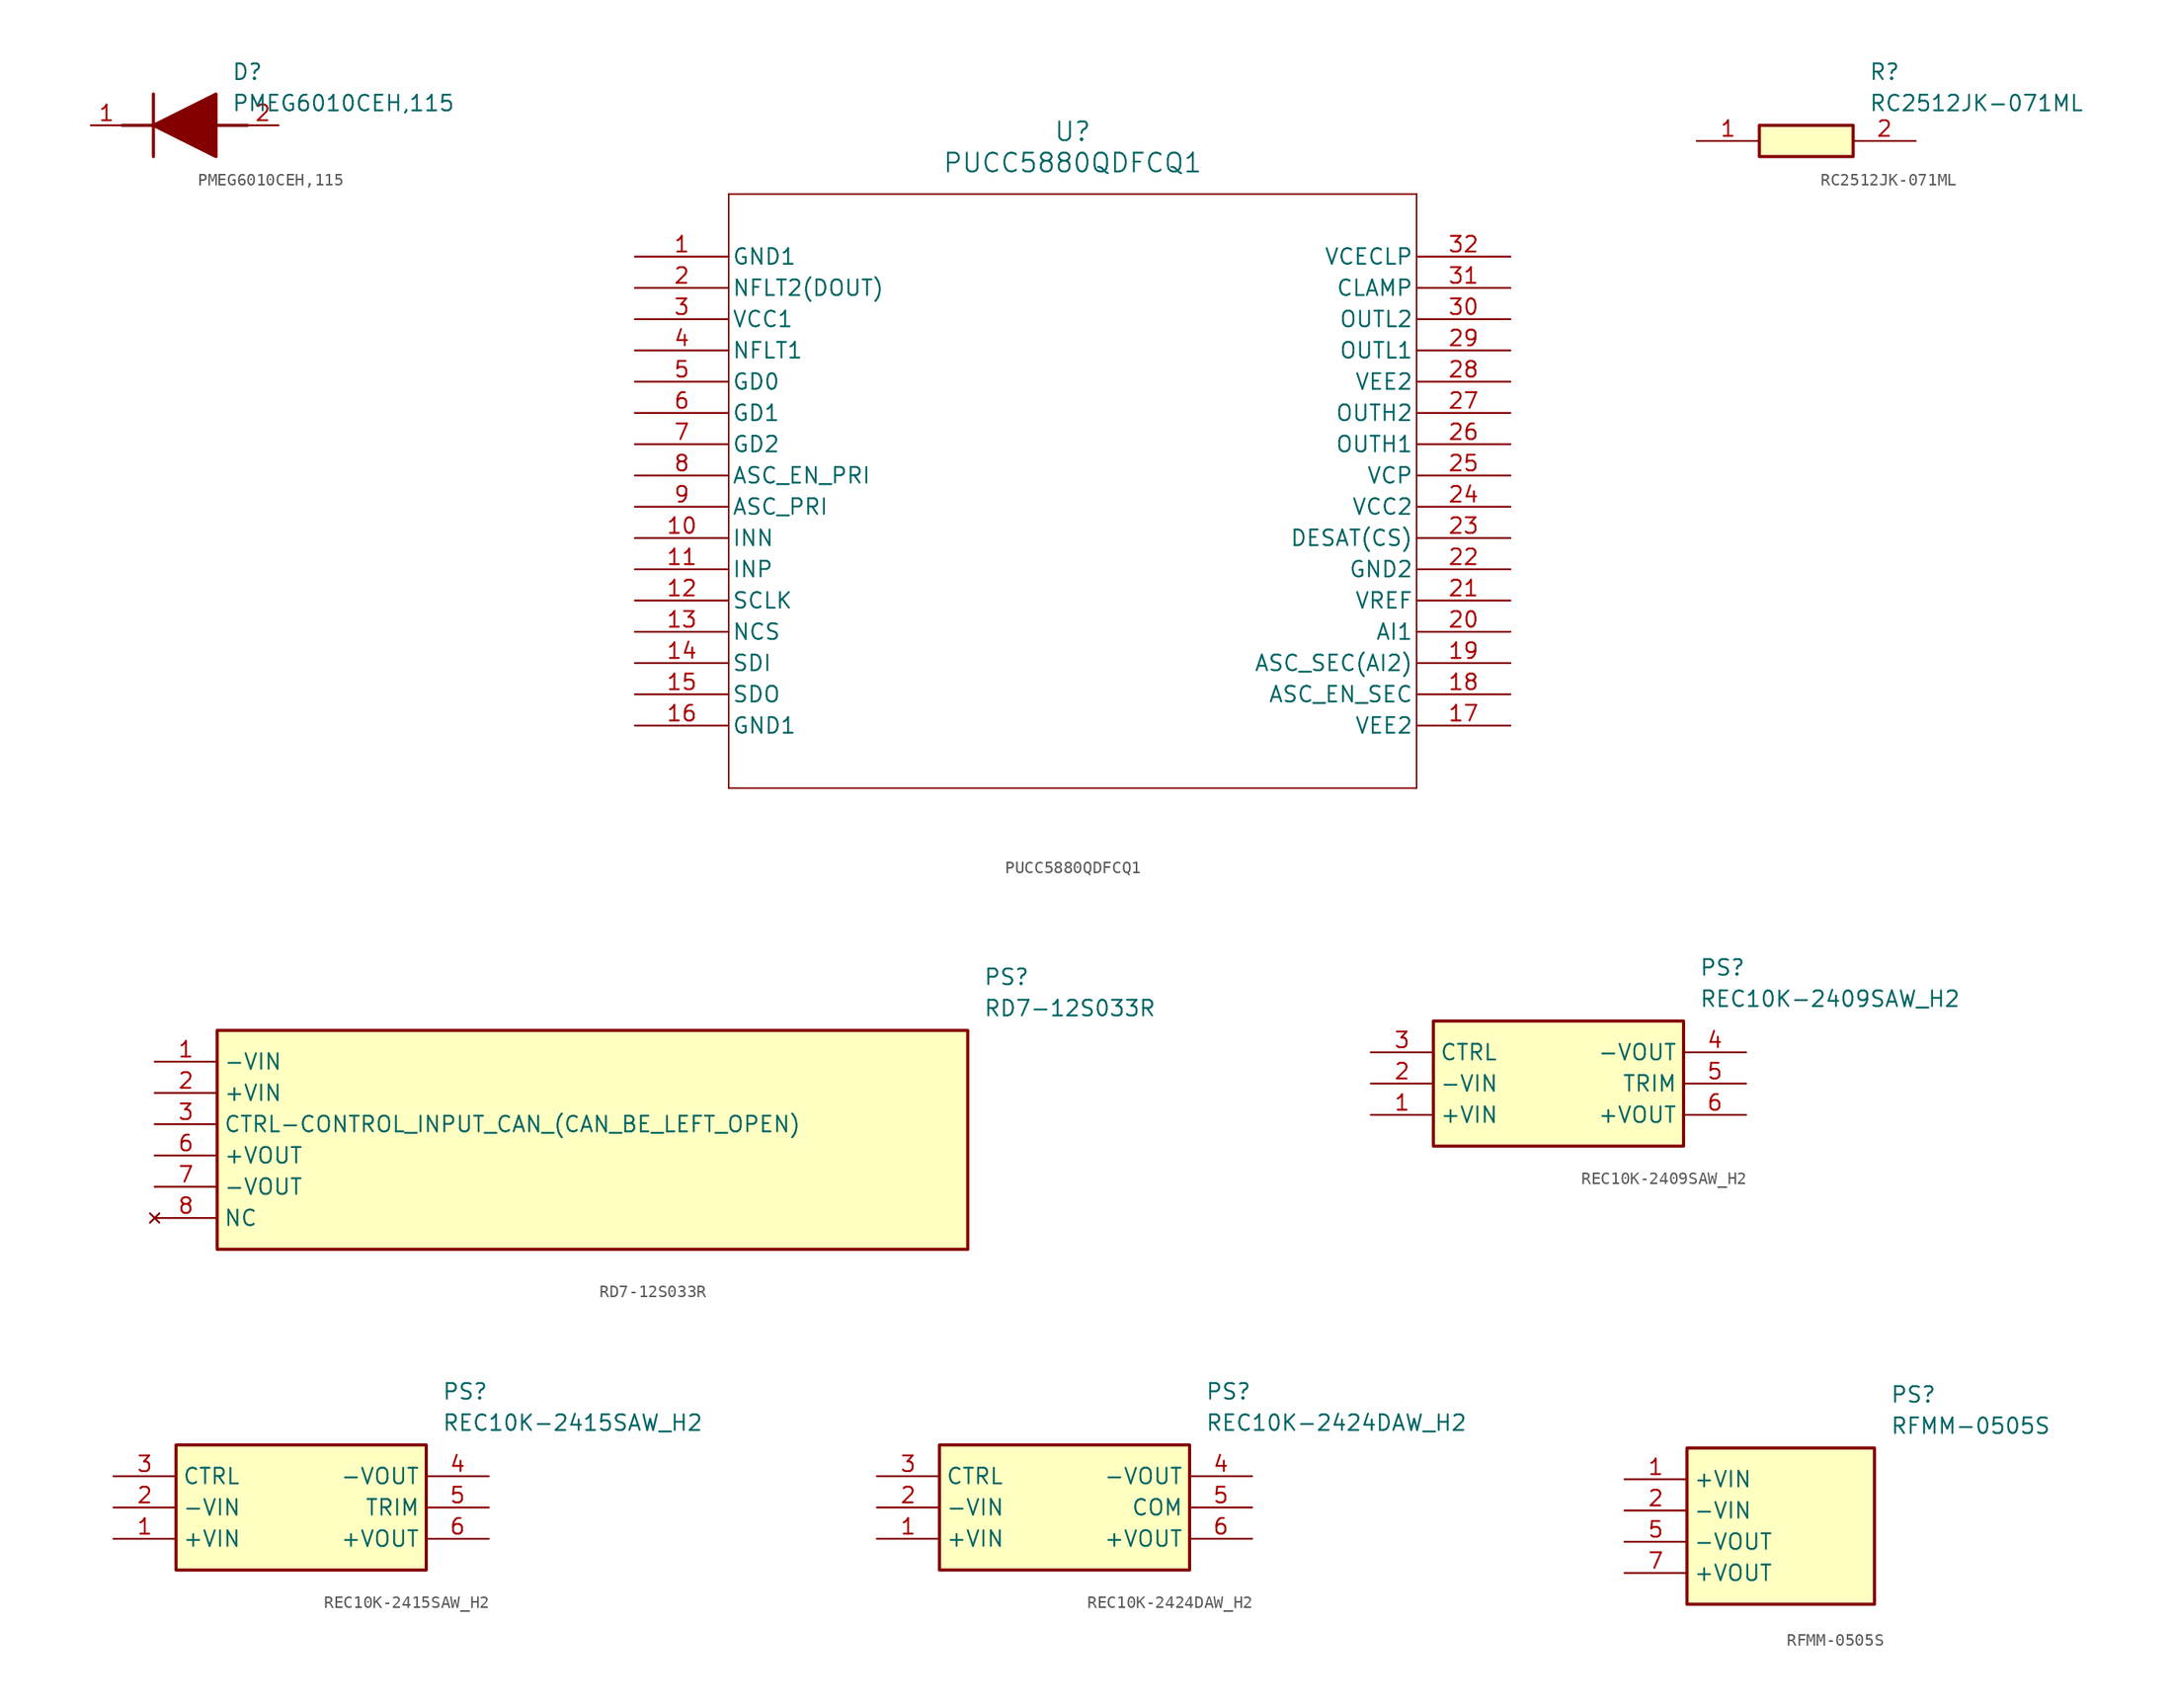
<source format=kicad_sym>
(kicad_symbol_lib
  (version 20241209)
  (generator "kicad_symbol_editor")
  (generator_version "9.0")
  (symbol "PMEG6010CEH,115"
    (pin_names
      (hide yes))
    (property "Reference" "D"
      (at 11.43 5.08 0)
      (effects (font (size 1.27 1.27)) (justify left top)))
    (property "Value" "PMEG6010CEH,115"
      (at 11.43 2.54 0)
      (effects (font (size 1.27 1.27)) (justify left top)))
    (symbol "PMEG6010CEH,115_1_1"
      (polyline (pts (xy 2.54 0) (xy 5.08 0)) (stroke (width 0.254) (type default)) (fill (type none)))
      (polyline (pts (xy 5.08 2.54) (xy 5.08 -2.54)) (stroke (width 0.254) (type default)) (fill (type none)))
      (polyline (pts (xy 5.08 0) (xy 10.16 2.54) (xy 10.16 -2.54) (xy 5.08 0)) (stroke (width 0.254) (type default)) (fill (type outline)))
      (polyline (pts (xy 10.16 0) (xy 12.7 0)) (stroke (width 0.254) (type default)) (fill (type none)))
      (pin passive line (at 0 0 0) (length 2.54) (name "K" (effects (font (size 1.27 1.27)))) (number "1" (effects (font (size 1.27 1.27)))))
      (pin passive line (at 15.24 0 180) (length 2.54) (name "A" (effects (font (size 1.27 1.27)))) (number "2" (effects (font (size 1.27 1.27)))))))
  (symbol "PUCC5880QDFCQ1"
    (pin_names
      (offset 0.254))
    (property "Reference" "U"
      (at 35.56 10.16 0)
      (effects (font (size 1.524 1.524))))
    (property "Value" "PUCC5880QDFCQ1"
      (at 35.56 7.62 0)
      (effects (font (size 1.524 1.524))))
    (property "ki_locked" ""
      (at 0 0 0)
      (effects (font (size 1.27 1.27))))
    (symbol "PUCC5880QDFCQ1_0_1"
      (polyline (pts (xy 7.62 5.08) (xy 7.62 -43.18)) (stroke (width 0.127) (type default)) (fill (type none)))
      (polyline (pts (xy 7.62 -43.18) (xy 63.5 -43.18)) (stroke (width 0.127) (type default)) (fill (type none)))
      (polyline (pts (xy 63.5 5.08) (xy 7.62 5.08)) (stroke (width 0.127) (type default)) (fill (type none)))
      (polyline (pts (xy 63.5 -43.18) (xy 63.5 5.08)) (stroke (width 0.127) (type default)) (fill (type none)))
      (pin power_out line (at 0 0 0) (length 7.62) (name "GND1" (effects (font (size 1.27 1.27)))) (number "1" (effects (font (size 1.27 1.27)))))
      (pin output line (at 0 -2.54 0) (length 7.62) (name "NFLT2(DOUT)" (effects (font (size 1.27 1.27)))) (number "2" (effects (font (size 1.27 1.27)))))
      (pin power_in line (at 0 -5.08 0) (length 7.62) (name "VCC1" (effects (font (size 1.27 1.27)))) (number "3" (effects (font (size 1.27 1.27)))))
      (pin output line (at 0 -7.62 0) (length 7.62) (name "NFLT1" (effects (font (size 1.27 1.27)))) (number "4" (effects (font (size 1.27 1.27)))))
      (pin input line (at 0 -10.16 0) (length 7.62) (name "GD0" (effects (font (size 1.27 1.27)))) (number "5" (effects (font (size 1.27 1.27)))))
      (pin input line (at 0 -12.7 0) (length 7.62) (name "GD1" (effects (font (size 1.27 1.27)))) (number "6" (effects (font (size 1.27 1.27)))))
      (pin input line (at 0 -15.24 0) (length 7.62) (name "GD2" (effects (font (size 1.27 1.27)))) (number "7" (effects (font (size 1.27 1.27)))))
      (pin input line (at 0 -17.78 0) (length 7.62) (name "ASC_EN_PRI" (effects (font (size 1.27 1.27)))) (number "8" (effects (font (size 1.27 1.27)))))
      (pin input line (at 0 -20.32 0) (length 7.62) (name "ASC_PRI" (effects (font (size 1.27 1.27)))) (number "9" (effects (font (size 1.27 1.27)))))
      (pin input line (at 0 -22.86 0) (length 7.62) (name "INN" (effects (font (size 1.27 1.27)))) (number "10" (effects (font (size 1.27 1.27)))))
      (pin input line (at 0 -25.4 0) (length 7.62) (name "INP" (effects (font (size 1.27 1.27)))) (number "11" (effects (font (size 1.27 1.27)))))
      (pin input line (at 0 -27.94 0) (length 7.62) (name "SCLK" (effects (font (size 1.27 1.27)))) (number "12" (effects (font (size 1.27 1.27)))))
      (pin input line (at 0 -30.48 0) (length 7.62) (name "NCS" (effects (font (size 1.27 1.27)))) (number "13" (effects (font (size 1.27 1.27)))))
      (pin input line (at 0 -33.02 0) (length 7.62) (name "SDI" (effects (font (size 1.27 1.27)))) (number "14" (effects (font (size 1.27 1.27)))))
      (pin output line (at 0 -35.56 0) (length 7.62) (name "SDO" (effects (font (size 1.27 1.27)))) (number "15" (effects (font (size 1.27 1.27)))))
      (pin power_out line (at 0 -38.1 0) (length 7.62) (name "GND1" (effects (font (size 1.27 1.27)))) (number "16" (effects (font (size 1.27 1.27)))))
      (pin input line (at 71.12 0 180) (length 7.62) (name "VCECLP" (effects (font (size 1.27 1.27)))) (number "32" (effects (font (size 1.27 1.27)))))
      (pin output line (at 71.12 -2.54 180) (length 7.62) (name "CLAMP" (effects (font (size 1.27 1.27)))) (number "31" (effects (font (size 1.27 1.27)))))
      (pin output line (at 71.12 -5.08 180) (length 7.62) (name "OUTL2" (effects (font (size 1.27 1.27)))) (number "30" (effects (font (size 1.27 1.27)))))
      (pin output line (at 71.12 -7.62 180) (length 7.62) (name "OUTL1" (effects (font (size 1.27 1.27)))) (number "29" (effects (font (size 1.27 1.27)))))
      (pin power_in line (at 71.12 -10.16 180) (length 7.62) (name "VEE2" (effects (font (size 1.27 1.27)))) (number "28" (effects (font (size 1.27 1.27)))))
      (pin output line (at 71.12 -12.7 180) (length 7.62) (name "OUTH2" (effects (font (size 1.27 1.27)))) (number "27" (effects (font (size 1.27 1.27)))))
      (pin output line (at 71.12 -15.24 180) (length 7.62) (name "OUTH1" (effects (font (size 1.27 1.27)))) (number "26" (effects (font (size 1.27 1.27)))))
      (pin power_in line (at 71.12 -17.78 180) (length 7.62) (name "VCP" (effects (font (size 1.27 1.27)))) (number "25" (effects (font (size 1.27 1.27)))))
      (pin power_in line (at 71.12 -20.32 180) (length 7.62) (name "VCC2" (effects (font (size 1.27 1.27)))) (number "24" (effects (font (size 1.27 1.27)))))
      (pin power_in line (at 71.12 -22.86 180) (length 7.62) (name "DESAT(CS)" (effects (font (size 1.27 1.27)))) (number "23" (effects (font (size 1.27 1.27)))))
      (pin power_out line (at 71.12 -25.4 180) (length 7.62) (name "GND2" (effects (font (size 1.27 1.27)))) (number "22" (effects (font (size 1.27 1.27)))))
      (pin power_in line (at 71.12 -27.94 180) (length 7.62) (name "VREF" (effects (font (size 1.27 1.27)))) (number "21" (effects (font (size 1.27 1.27)))))
      (pin input line (at 71.12 -30.48 180) (length 7.62) (name "AI1" (effects (font (size 1.27 1.27)))) (number "20" (effects (font (size 1.27 1.27)))))
      (pin input line (at 71.12 -33.02 180) (length 7.62) (name "ASC_SEC(AI2)" (effects (font (size 1.27 1.27)))) (number "19" (effects (font (size 1.27 1.27)))))
      (pin input line (at 71.12 -35.56 180) (length 7.62) (name "ASC_EN_SEC" (effects (font (size 1.27 1.27)))) (number "18" (effects (font (size 1.27 1.27)))))
      (pin power_in line (at 71.12 -38.1 180) (length 7.62) (name "VEE2" (effects (font (size 1.27 1.27)))) (number "17" (effects (font (size 1.27 1.27)))))))
  (symbol "RC2512JK-071ML"
    (pin_names
      (hide yes))
    (property "Reference" "R"
      (at 13.97 6.35 0)
      (effects (font (size 1.27 1.27)) (justify left top)))
    (property "Value" "RC2512JK-071ML"
      (at 13.97 3.81 0)
      (effects (font (size 1.27 1.27)) (justify left top)))
    (symbol "RC2512JK-071ML_1_1"
      (rectangle (start 5.08 1.27) (end 12.7 -1.27) (stroke (width 0.254) (type default)) (fill (type background)))
      (pin passive line (at 0 0 0) (length 5.08) (name "1" (effects (font (size 1.27 1.27)))) (number "1" (effects (font (size 1.27 1.27)))))
      (pin passive line (at 17.78 0 180) (length 5.08) (name "2" (effects (font (size 1.27 1.27)))) (number "2" (effects (font (size 1.27 1.27)))))))
  (symbol "RD7-12S033R"
    (property "Reference" "PS"
      (at 67.31 7.62 0)
      (effects (font (size 1.27 1.27)) (justify left top)))
    (property "Value" "RD7-12S033R"
      (at 67.31 5.08 0)
      (effects (font (size 1.27 1.27)) (justify left top)))
    (symbol "RD7-12S033R_1_1"
      (rectangle (start 5.08 2.54) (end 66.04 -15.24) (stroke (width 0.254) (type default)) (fill (type background)))
      (pin passive line (at 0 0 0) (length 5.08) (name "-VIN" (effects (font (size 1.27 1.27)))) (number "1" (effects (font (size 1.27 1.27)))))
      (pin passive line (at 0 -2.54 0) (length 5.08) (name "+VIN" (effects (font (size 1.27 1.27)))) (number "2" (effects (font (size 1.27 1.27)))))
      (pin passive line (at 0 -5.08 0) (length 5.08) (name "CTRL-CONTROL_INPUT_CAN_(CAN_BE_LEFT_OPEN)" (effects (font (size 1.27 1.27)))) (number "3" (effects (font (size 1.27 1.27)))))
      (pin passive line (at 0 -7.62 0) (length 5.08) (name "+VOUT" (effects (font (size 1.27 1.27)))) (number "6" (effects (font (size 1.27 1.27)))))
      (pin passive line (at 0 -10.16 0) (length 5.08) (name "-VOUT" (effects (font (size 1.27 1.27)))) (number "7" (effects (font (size 1.27 1.27)))))
      (pin no_connect line (at 0 -12.7 0) (length 5.08) (name "NC" (effects (font (size 1.27 1.27)))) (number "8" (effects (font (size 1.27 1.27)))))))
  (symbol "REC10K-2409SAW_H2"
    (property "Reference" "PS"
      (at 26.67 7.62 0)
      (effects (font (size 1.27 1.27)) (justify left top)))
    (property "Value" "REC10K-2409SAW_H2"
      (at 26.67 5.08 0)
      (effects (font (size 1.27 1.27)) (justify left top)))
    (symbol "REC10K-2409SAW_H2_1_1"
      (rectangle (start 5.08 2.54) (end 25.4 -7.62) (stroke (width 0.254) (type default)) (fill (type background)))
      (pin passive line (at 0 0 0) (length 5.08) (name "CTRL" (effects (font (size 1.27 1.27)))) (number "3" (effects (font (size 1.27 1.27)))))
      (pin passive line (at 0 -2.54 0) (length 5.08) (name "-VIN" (effects (font (size 1.27 1.27)))) (number "2" (effects (font (size 1.27 1.27)))))
      (pin passive line (at 0 -5.08 0) (length 5.08) (name "+VIN" (effects (font (size 1.27 1.27)))) (number "1" (effects (font (size 1.27 1.27)))))
      (pin passive line (at 30.48 0 180) (length 5.08) (name "-VOUT" (effects (font (size 1.27 1.27)))) (number "4" (effects (font (size 1.27 1.27)))))
      (pin passive line (at 30.48 -2.54 180) (length 5.08) (name "TRIM" (effects (font (size 1.27 1.27)))) (number "5" (effects (font (size 1.27 1.27)))))
      (pin passive line (at 30.48 -5.08 180) (length 5.08) (name "+VOUT" (effects (font (size 1.27 1.27)))) (number "6" (effects (font (size 1.27 1.27)))))))
  (symbol "REC10K-2415SAW_H2"
    (property "Reference" "PS"
      (at 26.67 7.62 0)
      (effects (font (size 1.27 1.27)) (justify left top)))
    (property "Value" "REC10K-2415SAW_H2"
      (at 26.67 5.08 0)
      (effects (font (size 1.27 1.27)) (justify left top)))
    (symbol "REC10K-2415SAW_H2_1_1"
      (rectangle (start 5.08 2.54) (end 25.4 -7.62) (stroke (width 0.254) (type default)) (fill (type background)))
      (pin passive line (at 0 0 0) (length 5.08) (name "CTRL" (effects (font (size 1.27 1.27)))) (number "3" (effects (font (size 1.27 1.27)))))
      (pin passive line (at 0 -2.54 0) (length 5.08) (name "-VIN" (effects (font (size 1.27 1.27)))) (number "2" (effects (font (size 1.27 1.27)))))
      (pin passive line (at 0 -5.08 0) (length 5.08) (name "+VIN" (effects (font (size 1.27 1.27)))) (number "1" (effects (font (size 1.27 1.27)))))
      (pin passive line (at 30.48 0 180) (length 5.08) (name "-VOUT" (effects (font (size 1.27 1.27)))) (number "4" (effects (font (size 1.27 1.27)))))
      (pin passive line (at 30.48 -2.54 180) (length 5.08) (name "TRIM" (effects (font (size 1.27 1.27)))) (number "5" (effects (font (size 1.27 1.27)))))
      (pin passive line (at 30.48 -5.08 180) (length 5.08) (name "+VOUT" (effects (font (size 1.27 1.27)))) (number "6" (effects (font (size 1.27 1.27)))))))
  (symbol "REC10K-2424DAW_H2"
    (property "Reference" "PS"
      (at 26.67 7.62 0)
      (effects (font (size 1.27 1.27)) (justify left top)))
    (property "Value" "REC10K-2424DAW_H2"
      (at 26.67 5.08 0)
      (effects (font (size 1.27 1.27)) (justify left top)))
    (symbol "REC10K-2424DAW_H2_1_1"
      (rectangle (start 5.08 2.54) (end 25.4 -7.62) (stroke (width 0.254) (type default)) (fill (type background)))
      (pin passive line (at 0 0 0) (length 5.08) (name "CTRL" (effects (font (size 1.27 1.27)))) (number "3" (effects (font (size 1.27 1.27)))))
      (pin passive line (at 0 -2.54 0) (length 5.08) (name "-VIN" (effects (font (size 1.27 1.27)))) (number "2" (effects (font (size 1.27 1.27)))))
      (pin passive line (at 0 -5.08 0) (length 5.08) (name "+VIN" (effects (font (size 1.27 1.27)))) (number "1" (effects (font (size 1.27 1.27)))))
      (pin passive line (at 30.48 0 180) (length 5.08) (name "-VOUT" (effects (font (size 1.27 1.27)))) (number "4" (effects (font (size 1.27 1.27)))))
      (pin passive line (at 30.48 -2.54 180) (length 5.08) (name "COM" (effects (font (size 1.27 1.27)))) (number "5" (effects (font (size 1.27 1.27)))))
      (pin passive line (at 30.48 -5.08 180) (length 5.08) (name "+VOUT" (effects (font (size 1.27 1.27)))) (number "6" (effects (font (size 1.27 1.27)))))))
  (symbol "RFMM-0505S"
    (property "Reference" "PS"
      (at 21.59 7.62 0)
      (effects (font (size 1.27 1.27)) (justify left top)))
    (property "Value" "RFMM-0505S"
      (at 21.59 5.08 0)
      (effects (font (size 1.27 1.27)) (justify left top)))
    (symbol "RFMM-0505S_1_1"
      (rectangle (start 5.08 2.54) (end 20.32 -10.16) (stroke (width 0.254) (type default)) (fill (type background)))
      (pin passive line (at 0 0 0) (length 5.08) (name "+VIN" (effects (font (size 1.27 1.27)))) (number "1" (effects (font (size 1.27 1.27)))))
      (pin passive line (at 0 -2.54 0) (length 5.08) (name "-VIN" (effects (font (size 1.27 1.27)))) (number "2" (effects (font (size 1.27 1.27)))))
      (pin passive line (at 0 -5.08 0) (length 5.08) (name "-VOUT" (effects (font (size 1.27 1.27)))) (number "5" (effects (font (size 1.27 1.27)))))
      (pin passive line (at 0 -7.62 0) (length 5.08) (name "+VOUT" (effects (font (size 1.27 1.27)))) (number "7" (effects (font (size 1.27 1.27))))))))
</source>
